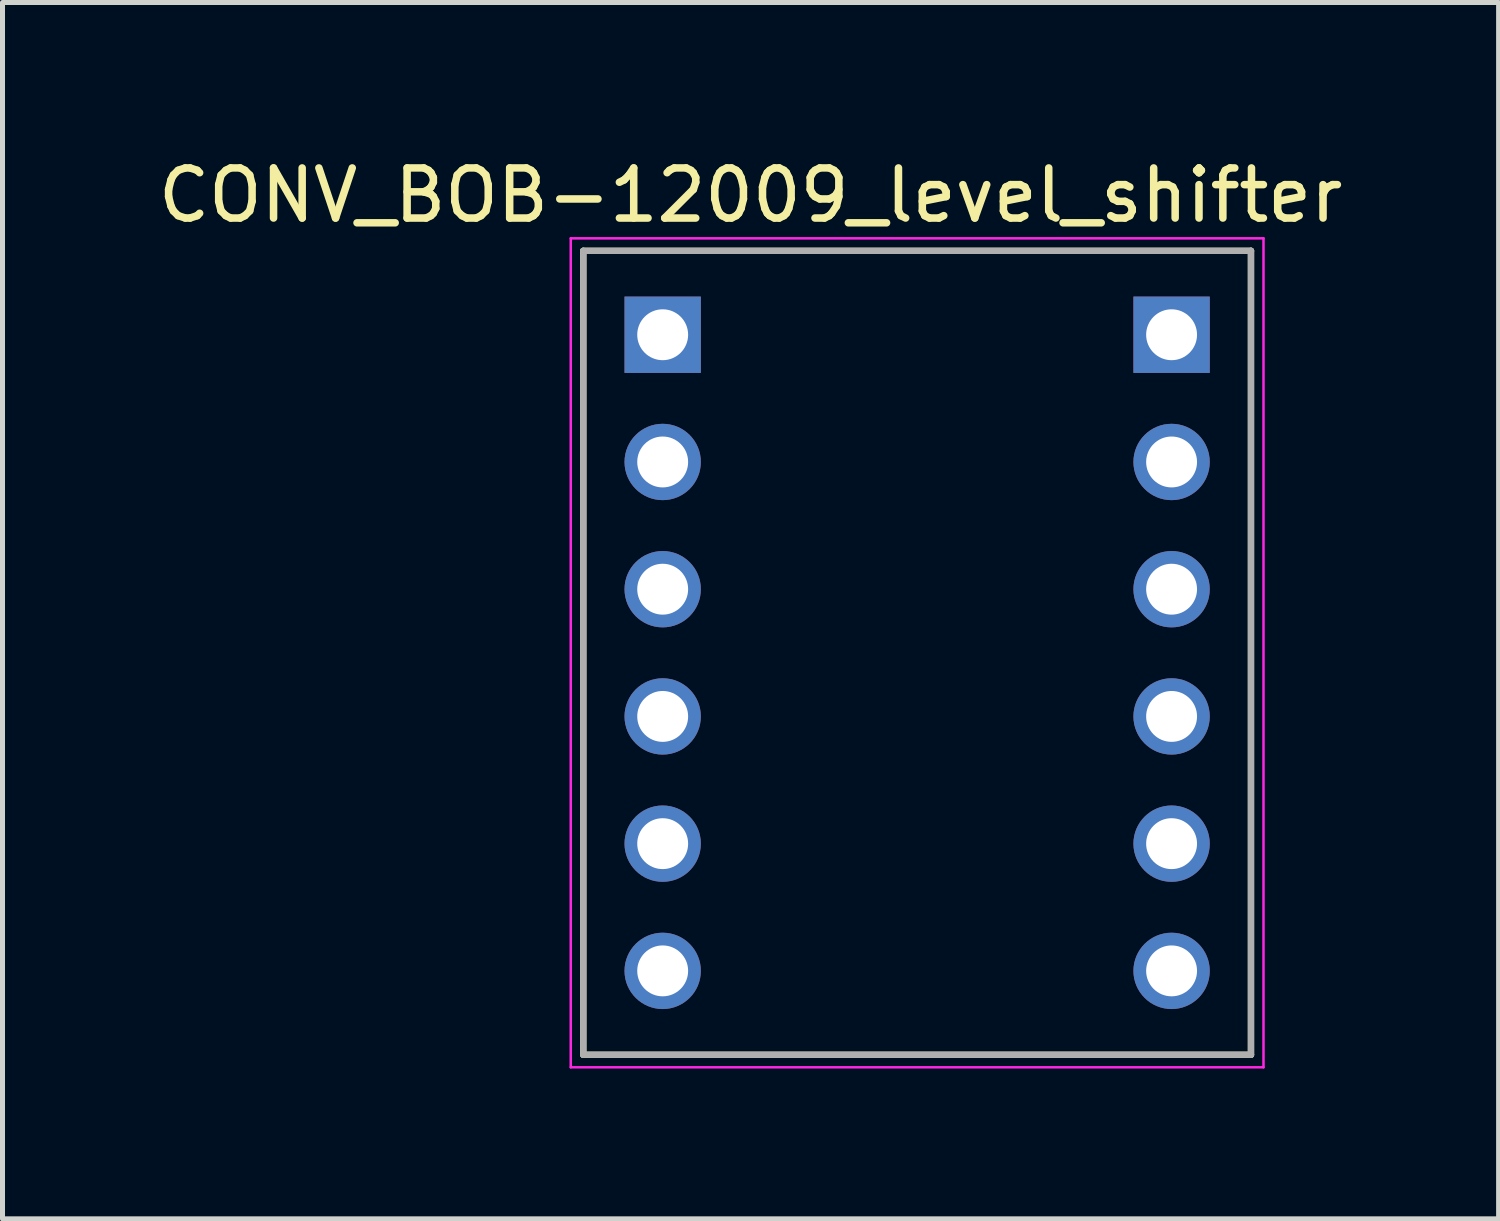
<source format=kicad_pcb>
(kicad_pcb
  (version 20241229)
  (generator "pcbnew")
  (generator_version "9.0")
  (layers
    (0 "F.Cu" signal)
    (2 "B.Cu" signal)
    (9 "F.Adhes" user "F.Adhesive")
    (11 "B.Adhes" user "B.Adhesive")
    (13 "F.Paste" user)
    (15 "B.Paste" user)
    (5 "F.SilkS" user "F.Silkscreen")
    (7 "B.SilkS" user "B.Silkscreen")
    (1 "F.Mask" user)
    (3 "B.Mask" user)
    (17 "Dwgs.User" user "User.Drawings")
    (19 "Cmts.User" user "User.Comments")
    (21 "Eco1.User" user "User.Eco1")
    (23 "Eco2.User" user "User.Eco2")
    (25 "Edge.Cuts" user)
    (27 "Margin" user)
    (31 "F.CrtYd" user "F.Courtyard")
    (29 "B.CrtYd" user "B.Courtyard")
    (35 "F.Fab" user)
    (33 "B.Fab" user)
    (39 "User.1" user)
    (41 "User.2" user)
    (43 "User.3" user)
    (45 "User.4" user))
  (footprint "CONV_BOB-12009_level_shifter"
    (layer "F.Cu")
    (at 15.26 9.983)
    (property "Reference" "CONV_BOB-12009_level_shifter" (at -3.325 -9.135 0) (layer "F.SilkS") (effects (font (size 1 1) (thickness 0.15))))
    (attr through_hole)
    (fp_line (start -6.665 -8.025) (end 6.665 -8.025) (stroke (width 0.127) (type solid)) (layer "F.SilkS"))
    (fp_line (start -6.665 8.025) (end -6.665 -8.025) (stroke (width 0.127) (type solid)) (layer "F.SilkS"))
    (fp_line (start 6.665 -8.025) (end 6.665 8.025) (stroke (width 0.127) (type solid)) (layer "F.SilkS"))
    (fp_line (start 6.665 8.025) (end -6.665 8.025) (stroke (width 0.127) (type solid)) (layer "F.SilkS"))
    (fp_line (start -6.915 -8.275) (end -6.915 8.275) (stroke (width 0.05) (type solid)) (layer "F.CrtYd"))
    (fp_line (start -6.915 8.275) (end 6.915 8.275) (stroke (width 0.05) (type solid)) (layer "F.CrtYd"))
    (fp_line (start 6.915 -8.275) (end -6.915 -8.275) (stroke (width 0.05) (type solid)) (layer "F.CrtYd"))
    (fp_line (start 6.915 8.275) (end 6.915 -8.275) (stroke (width 0.05) (type solid)) (layer "F.CrtYd"))
    (fp_line (start -6.665 -8.025) (end 6.665 -8.025) (stroke (width 0.127) (type solid)) (layer "F.Fab"))
    (fp_line (start -6.665 8.025) (end -6.665 -8.025) (stroke (width 0.127) (type solid)) (layer "F.Fab"))
    (fp_line (start 6.665 -8.025) (end 6.665 8.025) (stroke (width 0.127) (type solid)) (layer "F.Fab"))
    (fp_line (start 6.665 8.025) (end -6.665 8.025) (stroke (width 0.127) (type solid)) (layer "F.Fab"))
    (pad "GND_1" thru_hole circle (at 5.08 1.27) (size 1.524 1.524) (drill 1.016) (layers "*.Cu" "*.Mask"))
    (pad "GND_2" thru_hole circle (at -5.08 1.27) (size 1.524 1.524) (drill 1.016) (layers "*.Cu" "*.Mask"))
    (pad "HV" thru_hole circle (at 5.08 -1.27) (size 1.524 1.524) (drill 1.016) (layers "*.Cu" "*.Mask"))
    (pad "HV1" thru_hole rect (at 5.08 -6.35) (size 1.524 1.524) (drill 1.016) (layers "*.Cu" "*.Mask"))
    (pad "HV2" thru_hole circle (at 5.08 -3.81) (size 1.524 1.524) (drill 1.016) (layers "*.Cu" "*.Mask"))
    (pad "HV3" thru_hole circle (at 5.08 3.81) (size 1.524 1.524) (drill 1.016) (layers "*.Cu" "*.Mask"))
    (pad "HV4" thru_hole circle (at 5.08 6.35) (size 1.524 1.524) (drill 1.016) (layers "*.Cu" "*.Mask"))
    (pad "LV" thru_hole circle (at -5.08 -1.27) (size 1.524 1.524) (drill 1.016) (layers "*.Cu" "*.Mask"))
    (pad "LV1" thru_hole rect (at -5.08 -6.35) (size 1.524 1.524) (drill 1.016) (layers "*.Cu" "*.Mask"))
    (pad "LV2" thru_hole circle (at -5.08 -3.81) (size 1.524 1.524) (drill 1.016) (layers "*.Cu" "*.Mask"))
    (pad "LV3" thru_hole circle (at -5.08 3.81) (size 1.524 1.524) (drill 1.016) (layers "*.Cu" "*.Mask"))
    (pad "LV4" thru_hole circle (at -5.08 6.35) (size 1.524 1.524) (drill 1.016) (layers "*.Cu" "*.Mask")))
  (gr_rect
    (start -3 -3)
    (end 26.869 21.283)
    (stroke (width 0.1) (type default))
    (fill no)
    (layer "Edge.Cuts")))
</source>
